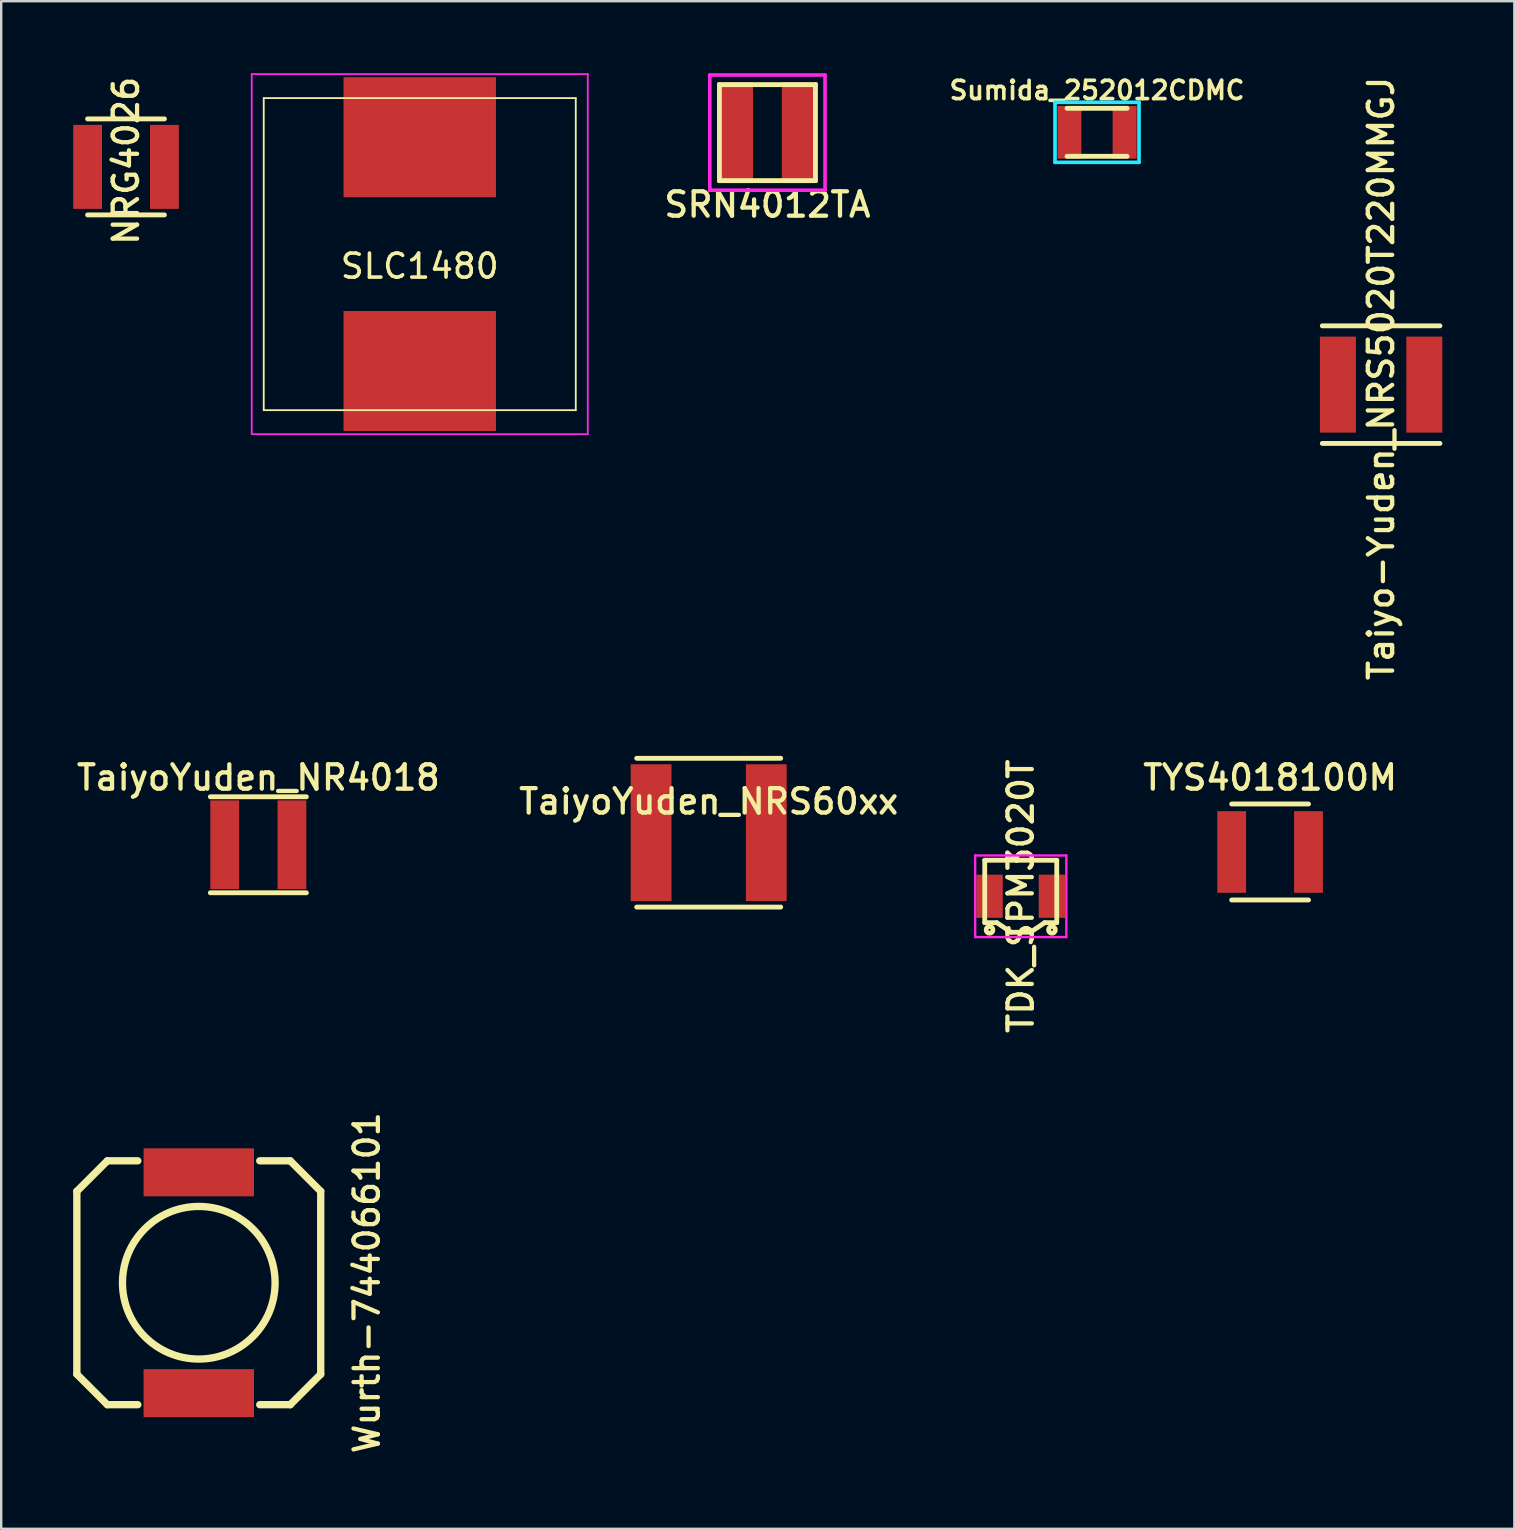
<source format=kicad_pcb>
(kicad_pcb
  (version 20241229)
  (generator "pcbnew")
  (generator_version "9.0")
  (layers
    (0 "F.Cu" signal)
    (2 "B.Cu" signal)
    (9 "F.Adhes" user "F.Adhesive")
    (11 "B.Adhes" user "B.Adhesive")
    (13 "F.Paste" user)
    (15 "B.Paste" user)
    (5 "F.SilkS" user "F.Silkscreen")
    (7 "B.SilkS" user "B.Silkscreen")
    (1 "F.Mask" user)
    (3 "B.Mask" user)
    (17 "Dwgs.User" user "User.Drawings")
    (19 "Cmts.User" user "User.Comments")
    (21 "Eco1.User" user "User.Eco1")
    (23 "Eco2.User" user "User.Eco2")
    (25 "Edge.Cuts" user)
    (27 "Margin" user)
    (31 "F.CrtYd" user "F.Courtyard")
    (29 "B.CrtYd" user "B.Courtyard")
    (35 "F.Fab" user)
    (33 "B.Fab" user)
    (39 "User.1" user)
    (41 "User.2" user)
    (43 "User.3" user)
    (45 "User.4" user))
  (footprint "Taiyo-Yuden_NRS5020T220MMGJ"
    (layer "F.Cu")
    (at 54.491 12.974)
    (property "Reference" "Taiyo-Yuden_NRS5020T220MMGJ" (at 0 -0.254 90) (layer "F.SilkS") (effects (font (size 1.016 1.016) (thickness 0.178))))
    (attr smd)
    (fp_line (start -2.45 -2.45) (end 2.45 -2.45) (stroke (width 0.203) (type solid)) (layer "F.SilkS"))
    (fp_line (start -2.45 2.45) (end 2.45 2.45) (stroke (width 0.203) (type solid)) (layer "F.SilkS"))
    (pad "1" smd rect (at -1.8 0) (size 1.5 4) (layers "F.Cu" "F.Mask" "F.Paste"))
    (pad "2" smd rect (at 1.8 0) (size 1.5 4) (layers "F.Cu" "F.Mask" "F.Paste")))
  (footprint "NRG4026"
    (layer "F.Cu")
    (at 2.2 3.903)
    (property "Reference" "NRG4026" (at 0 -0.254 90) (layer "F.SilkS") (effects (font (size 1.016 1.016) (thickness 0.178))))
    (attr smd)
    (fp_line (start -1.6 -2) (end 1.6 -2) (stroke (width 0.203) (type solid)) (layer "F.SilkS"))
    (fp_line (start -1.6 2) (end 1.6 2) (stroke (width 0.203) (type solid)) (layer "F.SilkS"))
    (pad "1" smd rect (at -1.6 0) (size 1.2 3.5) (layers "F.Cu" "F.Mask" "F.Paste"))
    (pad "2" smd rect (at 1.6 0) (size 1.2 3.5) (layers "F.Cu" "F.Mask" "F.Paste")))
  (footprint "SLC1480"
    (layer "F.Cu")
    (at 14.438 7.538)
    (property "Reference" "SLC1480" (at 0 0.5 0) (layer "F.SilkS") (effects (font (size 1 1) (thickness 0.15))))
    (attr through_hole)
    (fp_line (start -6.5 -6.5) (end 6.5 -6.5) (stroke (width 0.076) (type solid)) (layer "F.SilkS"))
    (fp_line (start -6.5 6.5) (end -6.5 -6.5) (stroke (width 0.076) (type solid)) (layer "F.SilkS"))
    (fp_line (start 6.5 -6.5) (end 6.5 6.5) (stroke (width 0.076) (type solid)) (layer "F.SilkS"))
    (fp_line (start 6.5 6.5) (end -6.5 6.5) (stroke (width 0.076) (type solid)) (layer "F.SilkS"))
    (fp_line (start -7 -7.5) (end 7 -7.5) (stroke (width 0.076) (type solid)) (layer "F.CrtYd"))
    (fp_line (start -7 7.5) (end -7 -7.5) (stroke (width 0.076) (type solid)) (layer "F.CrtYd"))
    (fp_line (start 7 -7.5) (end 7 7.5) (stroke (width 0.076) (type solid)) (layer "F.CrtYd"))
    (fp_line (start 7 7.5) (end -7 7.5) (stroke (width 0.076) (type solid)) (layer "F.CrtYd"))
    (pad "1" smd rect (at 0 4.87) (size 6.35 5) (layers "F.Cu" "F.Mask" "F.Paste"))
    (pad "2" smd rect (at 0 -4.87) (size 6.35 5) (layers "F.Cu" "F.Mask" "F.Paste")))
  (footprint "TaiyoYuden_NR4018"
    (layer "F.Cu")
    (at 7.713 32.146)
    (property "Reference" "TaiyoYuden_NR4018" (at 0 -2.8 0) (layer "F.SilkS") (effects (font (size 1.016 1.016) (thickness 0.178))))
    (attr smd)
    (fp_line (start -2 -2) (end 2 -2) (stroke (width 0.203) (type solid)) (layer "F.SilkS"))
    (fp_line (start -2 2) (end 2 2) (stroke (width 0.203) (type solid)) (layer "F.SilkS"))
    (pad "1" smd rect (at -1.4 0) (size 1.2 3.7) (layers "F.Cu" "F.Mask" "F.Paste"))
    (pad "2" smd rect (at 1.4 0) (size 1.2 3.7) (layers "F.Cu" "F.Mask" "F.Paste")))
  (footprint "TDK_SPM3020T"
    (layer "F.Cu")
    (at 39.477 34.29)
    (property "Reference" "TDK_SPM3020T" (at 0 0 90) (layer "F.SilkS") (effects (font (size 1.016 1.016) (thickness 0.178))))
    (attr smd)
    (fp_line (start -1.5 -1.5) (end 1.5 -1.5) (stroke (width 0.203) (type solid)) (layer "F.SilkS"))
    (fp_line (start -1.5 1.1) (end -1.5 -1.5) (stroke (width 0.2) (type solid)) (layer "F.SilkS"))
    (fp_line (start -1.5 1.1) (end -1 1.1) (stroke (width 0.2) (type solid)) (layer "F.SilkS"))
    (fp_line (start -0.4 1.5) (end -1 1.1) (stroke (width 0.2) (type solid)) (layer "F.SilkS"))
    (fp_line (start 0.4 1.5) (end -0.4 1.5) (stroke (width 0.2) (type solid)) (layer "F.SilkS"))
    (fp_line (start 1 1.1) (end 0.4 1.5) (stroke (width 0.2) (type solid)) (layer "F.SilkS"))
    (fp_line (start 1 1.1) (end 1.5 1.1) (stroke (width 0.2) (type solid)) (layer "F.SilkS"))
    (fp_line (start 1.5 -1.5) (end 1.5 1.1) (stroke (width 0.2) (type solid)) (layer "F.SilkS"))
    (fp_circle (center -1.3 1.4) (end -1.4 1.3) (stroke (width 0.2) (type solid)) (fill no) (layer "F.SilkS"))
    (fp_circle (center 1.3 1.4) (end 1.2 1.3) (stroke (width 0.2) (type solid)) (fill no) (layer "F.SilkS"))
    (fp_line (start -1.9 -1.7) (end -1.9 1.7) (stroke (width 0.1) (type solid)) (layer "F.CrtYd"))
    (fp_line (start -1.9 1.7) (end 1.9 1.7) (stroke (width 0.1) (type solid)) (layer "F.CrtYd"))
    (fp_line (start 1.9 -1.7) (end -1.9 -1.7) (stroke (width 0.1) (type solid)) (layer "F.CrtYd"))
    (fp_line (start 1.9 1.7) (end 1.9 -1.7) (stroke (width 0.1) (type solid)) (layer "F.CrtYd"))
    (pad "1" smd rect (at -1.3 0) (size 1.1 1.8) (layers "F.Cu" "F.Mask" "F.Paste"))
    (pad "2" smd rect (at 1.3 0) (size 1.1 1.8) (layers "F.Cu" "F.Mask" "F.Paste")))
  (footprint "Sumida_252012CDMC"
    (layer "F.Cu")
    (at 42.655 2.463)
    (property "Reference" "Sumida_252012CDMC" (at 0 -1.75 0) (layer "F.SilkS") (effects (font (size 0.762 0.762) (thickness 0.152))))
    (attr through_hole)
    (fp_line (start -1.25 -1) (end 1.25 -1) (stroke (width 0.203) (type solid)) (layer "F.SilkS"))
    (fp_line (start -1.25 1) (end 1.25 1) (stroke (width 0.203) (type solid)) (layer "F.SilkS"))
    (fp_line (start -1.75 -1.25) (end 1.75 -1.25) (stroke (width 0.152) (type solid)) (layer "B.CrtYd"))
    (fp_line (start -1.75 1.25) (end -1.75 -1.25) (stroke (width 0.152) (type solid)) (layer "B.CrtYd"))
    (fp_line (start 1.75 -1.25) (end 1.75 1.25) (stroke (width 0.152) (type solid)) (layer "B.CrtYd"))
    (fp_line (start 1.75 1.25) (end -1.75 1.25) (stroke (width 0.152) (type solid)) (layer "B.CrtYd"))
    (pad "1" smd rect (at -1.15 0) (size 1 2.2) (layers "F.Cu" "F.Mask" "F.Paste"))
    (pad "2" smd rect (at 1.15 0) (size 1 2.2) (layers "F.Cu" "F.Mask" "F.Paste")))
  (footprint "TYS4018100M"
    (layer "F.Cu")
    (at 49.866 32.446)
    (property "Reference" "TYS4018100M" (at 0 -3.1 0) (layer "F.SilkS") (effects (font (size 1.016 1.016) (thickness 0.178))))
    (attr smd)
    (fp_line (start -1.6 -2) (end 1.6 -2) (stroke (width 0.203) (type solid)) (layer "F.SilkS"))
    (fp_line (start -1.6 2) (end 1.6 2) (stroke (width 0.203) (type solid)) (layer "F.SilkS"))
    (pad "1" smd rect (at -1.6 0 90) (size 3.4 1.2) (layers "F.Cu" "F.Mask" "F.Paste"))
    (pad "2" smd rect (at 1.6 0 90) (size 3.4 1.2) (layers "F.Cu" "F.Mask" "F.Paste")))
  (footprint "Wurth-744066101"
    (layer "F.Cu")
    (at 5.232 50.393)
    (property "Reference" "Wurth-744066101" (at 7 0 90) (layer "F.SilkS") (effects (font (size 1.016 1.016) (thickness 0.178))))
    (attr smd)
    (fp_line (start -5.08 -3.81) (end -5.08 3.81) (stroke (width 0.305) (type solid)) (layer "F.SilkS"))
    (fp_line (start -5.08 -3.81) (end -3.81 -5.08) (stroke (width 0.305) (type solid)) (layer "F.SilkS"))
    (fp_line (start -5.08 3.81) (end -3.81 5.08) (stroke (width 0.305) (type solid)) (layer "F.SilkS"))
    (fp_line (start -3.81 -5.08) (end -2.54 -5.08) (stroke (width 0.305) (type solid)) (layer "F.SilkS"))
    (fp_line (start -3.81 5.08) (end -2.54 5.08) (stroke (width 0.305) (type solid)) (layer "F.SilkS"))
    (fp_line (start 2.54 -5.08) (end 3.81 -5.08) (stroke (width 0.305) (type solid)) (layer "F.SilkS"))
    (fp_line (start 3.81 -5.08) (end 5.08 -3.81) (stroke (width 0.305) (type solid)) (layer "F.SilkS"))
    (fp_line (start 3.81 5.08) (end 2.54 5.08) (stroke (width 0.305) (type solid)) (layer "F.SilkS"))
    (fp_line (start 5.08 -3.81) (end 5.08 3.81) (stroke (width 0.305) (type solid)) (layer "F.SilkS"))
    (fp_line (start 5.08 3.81) (end 3.81 5.08) (stroke (width 0.305) (type solid)) (layer "F.SilkS"))
    (fp_circle (center 0 0) (end -2.248 2.248) (stroke (width 0.305) (type solid)) (fill no) (layer "F.SilkS"))
    (pad "1" smd rect (at 0 -4.6) (size 4.6 1.999) (layers "F.Cu" "F.Mask" "F.Paste"))
    (pad "2" smd rect (at 0 4.6) (size 4.6 1.999) (layers "F.Cu" "F.Mask" "F.Paste")))
  (footprint "SRN4012TA"
    (layer "F.Cu")
    (at 28.923 2.475)
    (property "Reference" "SRN4012TA" (at 0 3 0) (layer "F.SilkS") (effects (font (size 1.016 1.016) (thickness 0.178))))
    (attr smd)
    (fp_line (start -2 -2) (end 2 -2) (stroke (width 0.203) (type solid)) (layer "F.SilkS"))
    (fp_line (start -2 2) (end -2 -2) (stroke (width 0.2) (type solid)) (layer "F.SilkS"))
    (fp_line (start -2 2) (end 2 2) (stroke (width 0.203) (type solid)) (layer "F.SilkS"))
    (fp_line (start 2 2) (end 2 -2) (stroke (width 0.2) (type solid)) (layer "F.SilkS"))
    (fp_line (start -2.4 -2.4) (end 2.4 -2.4) (stroke (width 0.15) (type solid)) (layer "F.CrtYd"))
    (fp_line (start -2.4 2.4) (end -2.4 -2.4) (stroke (width 0.15) (type solid)) (layer "F.CrtYd"))
    (fp_line (start 2.4 -2.4) (end 2.4 2.4) (stroke (width 0.15) (type solid)) (layer "F.CrtYd"))
    (fp_line (start 2.4 2.4) (end -2.4 2.4) (stroke (width 0.15) (type solid)) (layer "F.CrtYd"))
    (pad "1" smd rect (at -1.35 0) (size 1.5 4.2) (layers "F.Cu" "F.Mask" "F.Paste"))
    (pad "2" smd rect (at 1.35 0) (size 1.5 4.2) (layers "F.Cu" "F.Mask" "F.Paste")))
  (footprint "TaiyoYuden_NRS60xx"
    (layer "F.Cu")
    (at 26.476 31.642)
    (property "Reference" "TaiyoYuden_NRS60xx" (at 0 -1.3 0) (layer "F.SilkS") (effects (font (size 1.016 1.016) (thickness 0.178))))
    (attr smd)
    (fp_line (start -3 -3.1) (end 3 -3.1) (stroke (width 0.203) (type solid)) (layer "F.SilkS"))
    (fp_line (start -3 3.1) (end 3 3.1) (stroke (width 0.203) (type solid)) (layer "F.SilkS"))
    (pad "1" smd rect (at -2.4 0) (size 1.7 5.7) (layers "F.Cu" "F.Mask" "F.Paste"))
    (pad "2" smd rect (at 2.4 0) (size 1.7 5.7) (layers "F.Cu" "F.Mask" "F.Paste")))
  (gr_rect
    (start -3 -3)
    (end 60.042 60.645)
    (stroke (width 0.1) (type default))
    (fill no)
    (layer "Edge.Cuts")))
</source>
